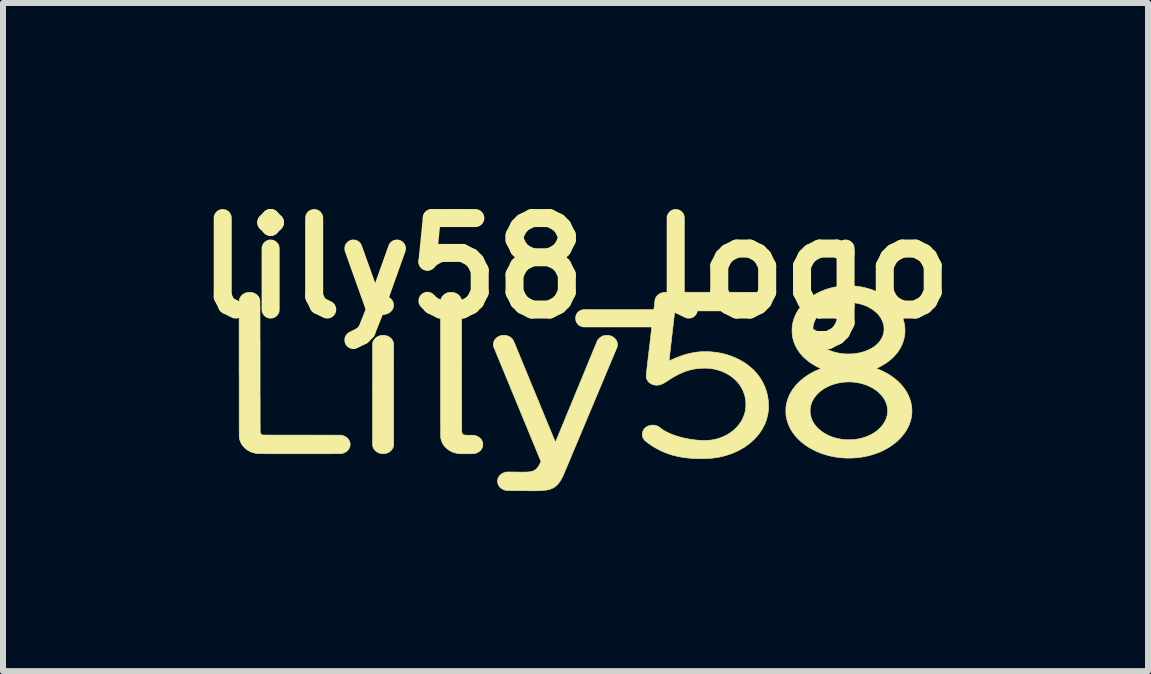
<source format=kicad_pcb>
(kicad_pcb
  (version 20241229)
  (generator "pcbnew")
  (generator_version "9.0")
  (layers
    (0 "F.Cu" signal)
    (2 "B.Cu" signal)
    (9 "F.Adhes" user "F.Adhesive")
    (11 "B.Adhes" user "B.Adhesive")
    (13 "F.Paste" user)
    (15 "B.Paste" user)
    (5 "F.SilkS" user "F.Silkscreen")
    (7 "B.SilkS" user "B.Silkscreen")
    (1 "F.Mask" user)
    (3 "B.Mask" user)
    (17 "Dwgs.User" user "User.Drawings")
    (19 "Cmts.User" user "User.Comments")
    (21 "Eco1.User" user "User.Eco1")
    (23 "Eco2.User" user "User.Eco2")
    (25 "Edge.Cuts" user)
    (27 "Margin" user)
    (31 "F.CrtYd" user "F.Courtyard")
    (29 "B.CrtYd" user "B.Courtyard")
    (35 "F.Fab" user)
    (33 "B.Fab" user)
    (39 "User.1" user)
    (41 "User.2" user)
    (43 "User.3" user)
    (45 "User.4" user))
  (footprint "lily58_logo"
    (layer "F.Cu")
    (at 6.539 3.418)
    (property "Reference" "lily58_logo" (at 0 -2 0) (layer "F.SilkS") (effects (font (size 1.524 1.524) (thickness 0.3))))
    (attr through_hole)
    (fp_poly (pts (xy -3.181 -1.537) (xy -3.157 -1.532) (xy -3.157 -1.532) (xy -3.135 -1.525) (xy -3.114 -1.515) (xy -3.095 -1.503) (xy -3.078 -1.489) (xy -3.063 -1.473) (xy -3.052 -1.457) (xy -3.042 -1.438) (xy -3.035 -1.418) (xy -3.032 -1.397) (xy -3.031 -1.377) (xy -3.034 -1.356) (xy -3.039 -1.336) (xy -3.048 -1.317) (xy -3.059 -1.299) (xy -3.066 -1.29) (xy -3.082 -1.274) (xy -3.1 -1.261) (xy -3.119 -1.249) (xy -3.141 -1.24) (xy -3.163 -1.234) (xy -3.186 -1.23) (xy -3.209 -1.229) (xy -3.225 -1.23) (xy -3.248 -1.233) (xy -3.271 -1.24) (xy -3.292 -1.249) (xy -3.311 -1.26) (xy -3.329 -1.274) (xy -3.344 -1.289) (xy -3.357 -1.306) (xy -3.368 -1.325) (xy -3.376 -1.345) (xy -3.376 -1.346) (xy -3.378 -1.352) (xy -3.379 -1.358) (xy -3.38 -1.363) (xy -3.38 -1.37) (xy -3.38 -1.378) (xy -3.38 -1.384) (xy -3.38 -1.393) (xy -3.38 -1.4) (xy -3.38 -1.406) (xy -3.379 -1.412) (xy -3.377 -1.417) (xy -3.376 -1.422) (xy -3.368 -1.442) (xy -3.358 -1.46) (xy -3.345 -1.477) (xy -3.332 -1.491) (xy -3.314 -1.505) (xy -3.294 -1.517) (xy -3.273 -1.526) (xy -3.251 -1.533) (xy -3.228 -1.537) (xy -3.205 -1.538) (xy -3.181 -1.537)) (stroke (width 0.01) (type solid)) (fill yes) (layer "F.SilkS"))
    (fp_poly (pts (xy -3.185 -0.881) (xy -3.162 -0.877) (xy -3.14 -0.871) (xy -3.119 -0.862) (xy -3.1 -0.851) (xy -3.082 -0.837) (xy -3.066 -0.821) (xy -3.053 -0.803) (xy -3.043 -0.784) (xy -3.036 -0.765) (xy -3.032 -0.754) (xy -3.031 0.079) (xy -3.031 0.129) (xy -3.031 0.178) (xy -3.03 0.227) (xy -3.03 0.274) (xy -3.03 0.321) (xy -3.03 0.367) (xy -3.03 0.411) (xy -3.03 0.455) (xy -3.03 0.497) (xy -3.03 0.537) (xy -3.03 0.577) (xy -3.03 0.614) (xy -3.03 0.65) (xy -3.03 0.684) (xy -3.03 0.717) (xy -3.03 0.747) (xy -3.03 0.776) (xy -3.03 0.802) (xy -3.03 0.827) (xy -3.03 0.849) (xy -3.03 0.868) (xy -3.03 0.886) (xy -3.03 0.9) (xy -3.03 0.912) (xy -3.03 0.922) (xy -3.03 0.929) (xy -3.03 0.932) (xy -3.03 0.933) (xy -3.031 0.949) (xy -3.033 0.963) (xy -3.036 0.975) (xy -3.04 0.987) (xy -3.041 0.99) (xy -3.051 1.009) (xy -3.063 1.026) (xy -3.078 1.042) (xy -3.095 1.056) (xy -3.114 1.068) (xy -3.134 1.078) (xy -3.155 1.085) (xy -3.178 1.089) (xy -3.201 1.091) (xy -3.225 1.091) (xy -3.248 1.087) (xy -3.27 1.081) (xy -3.291 1.072) (xy -3.311 1.06) (xy -3.328 1.047) (xy -3.344 1.032) (xy -3.357 1.015) (xy -3.368 0.997) (xy -3.375 0.979) (xy -3.375 0.977) (xy -3.376 0.975) (xy -3.376 0.974) (xy -3.377 0.972) (xy -3.377 0.97) (xy -3.378 0.969) (xy -3.378 0.967) (xy -3.379 0.964) (xy -3.379 0.962) (xy -3.379 0.959) (xy -3.38 0.955) (xy -3.38 0.951) (xy -3.38 0.946) (xy -3.381 0.94) (xy -3.381 0.934) (xy -3.381 0.927) (xy -3.381 0.918) (xy -3.381 0.909) (xy -3.382 0.899) (xy -3.382 0.887) (xy -3.382 0.875) (xy -3.382 0.86) (xy -3.382 0.845) (xy -3.382 0.828) (xy -3.382 0.809) (xy -3.382 0.789) (xy -3.382 0.767) (xy -3.382 0.744) (xy -3.382 0.718) (xy -3.382 0.691) (xy -3.382 0.662) (xy -3.382 0.63) (xy -3.382 0.597) (xy -3.382 0.561) (xy -3.382 0.523) (xy -3.382 0.483) (xy -3.382 0.44) (xy -3.382 0.395) (xy -3.382 0.347) (xy -3.382 0.296) (xy -3.382 0.243) (xy -3.382 0.187) (xy -3.382 0.128) (xy -3.382 0.09) (xy -3.381 -0.751) (xy -3.376 -0.766) (xy -3.368 -0.786) (xy -3.358 -0.804) (xy -3.345 -0.821) (xy -3.332 -0.835) (xy -3.314 -0.849) (xy -3.295 -0.861) (xy -3.274 -0.87) (xy -3.253 -0.877) (xy -3.23 -0.881) (xy -3.208 -0.882) (xy -3.185 -0.881)) (stroke (width 0.01) (type solid)) (fill yes) (layer "F.SilkS"))
    (fp_poly (pts (xy -2.066 -1.598) (xy -2.041 -1.596) (xy -2.018 -1.591) (xy -1.996 -1.583) (xy -1.976 -1.573) (xy -1.957 -1.56) (xy -1.948 -1.552) (xy -1.933 -1.537) (xy -1.921 -1.521) (xy -1.911 -1.504) (xy -1.903 -1.484) (xy -1.903 -1.482) (xy -1.899 -1.471) (xy -1.898 -0.377) (xy -1.898 -0.306) (xy -1.898 -0.237) (xy -1.898 -0.171) (xy -1.898 -0.108) (xy -1.898 -0.048) (xy -1.898 0.009) (xy -1.898 0.064) (xy -1.898 0.116) (xy -1.898 0.166) (xy -1.898 0.213) (xy -1.897 0.258) (xy -1.897 0.3) (xy -1.897 0.34) (xy -1.897 0.377) (xy -1.897 0.413) (xy -1.897 0.446) (xy -1.897 0.477) (xy -1.897 0.506) (xy -1.897 0.532) (xy -1.897 0.557) (xy -1.897 0.58) (xy -1.897 0.601) (xy -1.897 0.621) (xy -1.896 0.638) (xy -1.896 0.654) (xy -1.896 0.668) (xy -1.896 0.68) (xy -1.896 0.691) (xy -1.896 0.701) (xy -1.896 0.709) (xy -1.896 0.715) (xy -1.896 0.72) (xy -1.895 0.724) (xy -1.895 0.727) (xy -1.895 0.728) (xy -1.895 0.728) (xy -1.892 0.741) (xy -1.889 0.752) (xy -1.885 0.76) (xy -1.88 0.766) (xy -1.873 0.771) (xy -1.872 0.772) (xy -1.867 0.774) (xy -1.861 0.776) (xy -1.855 0.778) (xy -1.847 0.78) (xy -1.838 0.781) (xy -1.827 0.782) (xy -1.813 0.782) (xy -1.797 0.783) (xy -1.779 0.783) (xy -1.761 0.783) (xy -1.743 0.783) (xy -1.727 0.783) (xy -1.715 0.783) (xy -1.704 0.784) (xy -1.695 0.785) (xy -1.687 0.786) (xy -1.679 0.787) (xy -1.672 0.788) (xy -1.665 0.79) (xy -1.663 0.791) (xy -1.641 0.799) (xy -1.62 0.81) (xy -1.602 0.823) (xy -1.585 0.838) (xy -1.571 0.854) (xy -1.56 0.873) (xy -1.552 0.892) (xy -1.548 0.906) (xy -1.545 0.92) (xy -1.544 0.935) (xy -1.545 0.95) (xy -1.547 0.964) (xy -1.548 0.969) (xy -1.554 0.989) (xy -1.563 1.008) (xy -1.575 1.026) (xy -1.59 1.042) (xy -1.607 1.056) (xy -1.626 1.068) (xy -1.646 1.078) (xy -1.668 1.085) (xy -1.69 1.09) (xy -1.695 1.09) (xy -1.703 1.091) (xy -1.713 1.091) (xy -1.726 1.092) (xy -1.741 1.092) (xy -1.757 1.092) (xy -1.775 1.092) (xy -1.793 1.092) (xy -1.812 1.092) (xy -1.831 1.092) (xy -1.85 1.092) (xy -1.869 1.092) (xy -1.886 1.092) (xy -1.902 1.092) (xy -1.916 1.091) (xy -1.928 1.091) (xy -1.938 1.09) (xy -1.945 1.09) (xy -1.947 1.09) (xy -1.981 1.084) (xy -2.013 1.076) (xy -2.044 1.066) (xy -2.073 1.053) (xy -2.101 1.037) (xy -2.126 1.02) (xy -2.15 1) (xy -2.172 0.979) (xy -2.191 0.956) (xy -2.208 0.931) (xy -2.222 0.905) (xy -2.233 0.877) (xy -2.241 0.848) (xy -2.246 0.827) (xy -2.246 0.826) (xy -2.246 0.823) (xy -2.246 0.82) (xy -2.246 0.816) (xy -2.246 0.812) (xy -2.246 0.806) (xy -2.247 0.799) (xy -2.247 0.791) (xy -2.247 0.781) (xy -2.247 0.771) (xy -2.247 0.759) (xy -2.247 0.745) (xy -2.247 0.731) (xy -2.247 0.714) (xy -2.247 0.696) (xy -2.247 0.677) (xy -2.247 0.656) (xy -2.247 0.633) (xy -2.247 0.609) (xy -2.248 0.582) (xy -2.248 0.554) (xy -2.248 0.523) (xy -2.248 0.491) (xy -2.248 0.457) (xy -2.248 0.42) (xy -2.248 0.381) (xy -2.248 0.34) (xy -2.248 0.297) (xy -2.248 0.251) (xy -2.248 0.203) (xy -2.248 0.153) (xy -2.248 0.1) (xy -2.248 0.044) (xy -2.248 -0.014) (xy -2.248 -0.076) (xy -2.248 -0.139) (xy -2.248 -0.206) (xy -2.248 -0.276) (xy -2.248 -1.465) (xy -2.244 -1.478) (xy -2.236 -1.5) (xy -2.226 -1.52) (xy -2.213 -1.537) (xy -2.197 -1.553) (xy -2.179 -1.567) (xy -2.16 -1.579) (xy -2.138 -1.588) (xy -2.117 -1.594) (xy -2.094 -1.598) (xy -2.07 -1.598) (xy -2.066 -1.598)) (stroke (width 0.01) (type solid)) (fill yes) (layer "F.SilkS"))
    (fp_poly (pts (xy -5.407 -1.597) (xy -5.385 -1.593) (xy -5.363 -1.586) (xy -5.342 -1.577) (xy -5.323 -1.565) (xy -5.322 -1.564) (xy -5.304 -1.55) (xy -5.289 -1.534) (xy -5.277 -1.516) (xy -5.267 -1.496) (xy -5.26 -1.476) (xy -5.26 -1.475) (xy -5.259 -1.474) (xy -5.259 -1.473) (xy -5.259 -1.471) (xy -5.259 -1.469) (xy -5.259 -1.466) (xy -5.259 -1.462) (xy -5.259 -1.458) (xy -5.258 -1.453) (xy -5.258 -1.447) (xy -5.258 -1.44) (xy -5.258 -1.432) (xy -5.258 -1.423) (xy -5.258 -1.413) (xy -5.258 -1.402) (xy -5.258 -1.39) (xy -5.258 -1.377) (xy -5.258 -1.362) (xy -5.257 -1.346) (xy -5.257 -1.328) (xy -5.257 -1.309) (xy -5.257 -1.288) (xy -5.257 -1.266) (xy -5.257 -1.241) (xy -5.257 -1.215) (xy -5.257 -1.188) (xy -5.257 -1.158) (xy -5.257 -1.126) (xy -5.257 -1.093) (xy -5.257 -1.057) (xy -5.257 -1.019) (xy -5.257 -0.979) (xy -5.257 -0.936) (xy -5.257 -0.891) (xy -5.257 -0.844) (xy -5.256 -0.794) (xy -5.256 -0.742) (xy -5.256 -0.687) (xy -5.256 -0.63) (xy -5.256 -0.569) (xy -5.256 -0.506) (xy -5.256 -0.44) (xy -5.256 -0.372) (xy -5.256 -0.37) (xy -5.256 -0.298) (xy -5.256 -0.229) (xy -5.256 -0.162) (xy -5.256 -0.099) (xy -5.256 -0.038) (xy -5.256 0.02) (xy -5.256 0.075) (xy -5.256 0.127) (xy -5.255 0.177) (xy -5.255 0.225) (xy -5.255 0.27) (xy -5.255 0.312) (xy -5.255 0.353) (xy -5.255 0.39) (xy -5.255 0.426) (xy -5.255 0.459) (xy -5.255 0.49) (xy -5.255 0.519) (xy -5.255 0.546) (xy -5.255 0.571) (xy -5.255 0.594) (xy -5.254 0.615) (xy -5.254 0.634) (xy -5.254 0.652) (xy -5.254 0.667) (xy -5.254 0.681) (xy -5.254 0.693) (xy -5.254 0.703) (xy -5.254 0.712) (xy -5.254 0.72) (xy -5.253 0.726) (xy -5.253 0.73) (xy -5.253 0.733) (xy -5.253 0.735) (xy -5.253 0.735) (xy -5.249 0.748) (xy -5.244 0.758) (xy -5.239 0.765) (xy -5.238 0.766) (xy -5.233 0.77) (xy -5.227 0.773) (xy -5.22 0.776) (xy -5.213 0.778) (xy -5.212 0.778) (xy -5.21 0.778) (xy -5.209 0.779) (xy -5.207 0.779) (xy -5.204 0.779) (xy -5.201 0.779) (xy -5.197 0.779) (xy -5.192 0.78) (xy -5.186 0.78) (xy -5.179 0.78) (xy -5.17 0.78) (xy -5.161 0.78) (xy -5.15 0.78) (xy -5.137 0.78) (xy -5.124 0.78) (xy -5.108 0.78) (xy -5.09 0.78) (xy -5.071 0.781) (xy -5.05 0.781) (xy -5.026 0.781) (xy -5.001 0.781) (xy -4.973 0.781) (xy -4.943 0.781) (xy -4.91 0.781) (xy -4.875 0.781) (xy -4.836 0.781) (xy -4.796 0.781) (xy -4.752 0.781) (xy -4.705 0.781) (xy -4.655 0.781) (xy -4.602 0.781) (xy -4.554 0.781) (xy -3.906 0.782) (xy -3.889 0.786) (xy -3.868 0.792) (xy -3.849 0.8) (xy -3.832 0.809) (xy -3.816 0.82) (xy -3.807 0.827) (xy -3.791 0.843) (xy -3.778 0.86) (xy -3.768 0.879) (xy -3.76 0.899) (xy -3.756 0.919) (xy -3.755 0.94) (xy -3.758 0.962) (xy -3.761 0.976) (xy -3.763 0.983) (xy -3.767 0.991) (xy -3.77 0.999) (xy -3.774 1.005) (xy -3.786 1.024) (xy -3.8 1.04) (xy -3.817 1.055) (xy -3.836 1.067) (xy -3.857 1.077) (xy -3.879 1.085) (xy -3.903 1.089) (xy -3.916 1.091) (xy -3.919 1.091) (xy -3.925 1.091) (xy -3.934 1.091) (xy -3.946 1.091) (xy -3.961 1.091) (xy -3.979 1.091) (xy -4 1.091) (xy -4.023 1.091) (xy -4.049 1.092) (xy -4.077 1.092) (xy -4.108 1.092) (xy -4.14 1.092) (xy -4.175 1.092) (xy -4.211 1.092) (xy -4.249 1.092) (xy -4.289 1.092) (xy -4.331 1.092) (xy -4.374 1.092) (xy -4.418 1.092) (xy -4.463 1.092) (xy -4.51 1.092) (xy -4.557 1.092) (xy -4.603 1.092) (xy -4.662 1.092) (xy -4.717 1.092) (xy -4.768 1.092) (xy -4.817 1.092) (xy -4.863 1.092) (xy -4.905 1.092) (xy -4.945 1.092) (xy -4.982 1.092) (xy -5.017 1.092) (xy -5.049 1.092) (xy -5.078 1.092) (xy -5.105 1.092) (xy -5.13 1.092) (xy -5.153 1.092) (xy -5.174 1.091) (xy -5.192 1.091) (xy -5.209 1.091) (xy -5.224 1.091) (xy -5.237 1.091) (xy -5.249 1.091) (xy -5.259 1.091) (xy -5.268 1.091) (xy -5.275 1.091) (xy -5.281 1.09) (xy -5.286 1.09) (xy -5.29 1.09) (xy -5.293 1.09) (xy -5.295 1.09) (xy -5.33 1.085) (xy -5.363 1.077) (xy -5.395 1.067) (xy -5.425 1.054) (xy -5.454 1.038) (xy -5.481 1.02) (xy -5.505 1) (xy -5.528 0.977) (xy -5.548 0.953) (xy -5.564 0.929) (xy -5.578 0.903) (xy -5.589 0.876) (xy -5.597 0.847) (xy -5.601 0.829) (xy -5.601 0.828) (xy -5.601 0.827) (xy -5.602 0.825) (xy -5.602 0.823) (xy -5.602 0.821) (xy -5.602 0.818) (xy -5.602 0.814) (xy -5.602 0.81) (xy -5.602 0.806) (xy -5.603 0.8) (xy -5.603 0.794) (xy -5.603 0.787) (xy -5.603 0.779) (xy -5.603 0.77) (xy -5.603 0.759) (xy -5.603 0.748) (xy -5.603 0.736) (xy -5.603 0.722) (xy -5.603 0.707) (xy -5.604 0.691) (xy -5.604 0.673) (xy -5.604 0.653) (xy -5.604 0.633) (xy -5.604 0.61) (xy -5.604 0.586) (xy -5.604 0.56) (xy -5.604 0.532) (xy -5.604 0.502) (xy -5.604 0.471) (xy -5.604 0.437) (xy -5.604 0.401) (xy -5.604 0.364) (xy -5.604 0.324) (xy -5.604 0.281) (xy -5.604 0.237) (xy -5.604 0.19) (xy -5.604 0.14) (xy -5.604 0.088) (xy -5.604 0.034) (xy -5.604 -0.024) (xy -5.604 -0.084) (xy -5.604 -0.146) (xy -5.604 -0.212) (xy -5.605 -0.28) (xy -5.605 -0.31) (xy -5.605 -0.391) (xy -5.605 -0.468) (xy -5.605 -0.543) (xy -5.605 -0.615) (xy -5.605 -0.684) (xy -5.605 -0.749) (xy -5.605 -0.812) (xy -5.605 -0.873) (xy -5.605 -0.93) (xy -5.605 -0.984) (xy -5.605 -1.035) (xy -5.605 -1.083) (xy -5.605 -1.129) (xy -5.604 -1.171) (xy -5.604 -1.211) (xy -5.604 -1.247) (xy -5.604 -1.281) (xy -5.604 -1.311) (xy -5.604 -1.339) (xy -5.604 -1.363) (xy -5.604 -1.385) (xy -5.604 -1.404) (xy -5.604 -1.419) (xy -5.604 -1.432) (xy -5.604 -1.442) (xy -5.604 -1.449) (xy -5.603 -1.452) (xy -5.603 -1.453) (xy -5.601 -1.469) (xy -5.598 -1.483) (xy -5.594 -1.496) (xy -5.588 -1.508) (xy -5.587 -1.51) (xy -5.575 -1.529) (xy -5.561 -1.546) (xy -5.544 -1.561) (xy -5.526 -1.573) (xy -5.505 -1.583) (xy -5.483 -1.591) (xy -5.459 -1.596) (xy -5.452 -1.597) (xy -5.43 -1.598) (xy -5.407 -1.597)) (stroke (width 0.01) (type solid)) (fill yes) (layer "F.SilkS"))
    (fp_poly (pts (xy -1.18 -0.882) (xy -1.168 -0.881) (xy -1.157 -0.879) (xy -1.145 -0.876) (xy -1.133 -0.873) (xy -1.111 -0.864) (xy -1.091 -0.853) (xy -1.072 -0.839) (xy -1.067 -0.834) (xy -1.055 -0.823) (xy -1.046 -0.811) (xy -1.037 -0.797) (xy -1.03 -0.782) (xy -1.025 -0.77) (xy -1.023 -0.767) (xy -1.021 -0.761) (xy -1.017 -0.753) (xy -1.013 -0.742) (xy -1.008 -0.729) (xy -1.001 -0.713) (xy -0.994 -0.696) (xy -0.986 -0.676) (xy -0.977 -0.654) (xy -0.967 -0.63) (xy -0.957 -0.605) (xy -0.945 -0.578) (xy -0.933 -0.549) (xy -0.921 -0.518) (xy -0.908 -0.487) (xy -0.894 -0.454) (xy -0.88 -0.419) (xy -0.865 -0.384) (xy -0.85 -0.347) (xy -0.835 -0.31) (xy -0.819 -0.271) (xy -0.803 -0.232) (xy -0.786 -0.192) (xy -0.77 -0.152) (xy -0.753 -0.111) (xy -0.736 -0.07) (xy -0.719 -0.028) (xy -0.701 0.014) (xy -0.684 0.056) (xy -0.667 0.098) (xy -0.65 0.139) (xy -0.632 0.181) (xy -0.615 0.223) (xy -0.598 0.264) (xy -0.582 0.304) (xy -0.565 0.344) (xy -0.549 0.384) (xy -0.533 0.423) (xy -0.517 0.46) (xy -0.502 0.497) (xy -0.487 0.533) (xy -0.473 0.568) (xy -0.459 0.602) (xy -0.445 0.634) (xy -0.433 0.665) (xy -0.42 0.695) (xy -0.409 0.723) (xy -0.398 0.749) (xy -0.388 0.773) (xy -0.379 0.796) (xy -0.37 0.816) (xy -0.362 0.835) (xy -0.356 0.851) (xy -0.35 0.866) (xy -0.345 0.877) (xy -0.341 0.887) (xy -0.338 0.894) (xy -0.336 0.898) (xy -0.335 0.9) (xy -0.335 0.9) (xy -0.335 0.899) (xy -0.334 0.898) (xy -0.333 0.895) (xy -0.332 0.891) (xy -0.329 0.886) (xy -0.327 0.88) (xy -0.323 0.872) (xy -0.32 0.863) (xy -0.315 0.852) (xy -0.31 0.84) (xy -0.305 0.827) (xy -0.298 0.812) (xy -0.291 0.795) (xy -0.284 0.777) (xy -0.276 0.757) (xy -0.267 0.736) (xy -0.257 0.713) (xy -0.247 0.687) (xy -0.236 0.661) (xy -0.224 0.632) (xy -0.211 0.601) (xy -0.197 0.568) (xy -0.183 0.533) (xy -0.168 0.496) (xy -0.152 0.458) (xy -0.135 0.416) (xy -0.117 0.373) (xy -0.098 0.327) (xy -0.078 0.28) (xy -0.058 0.229) (xy -0.036 0.177) (xy -0.013 0.122) (xy 0.01 0.064) (xy 0.035 0.005) (xy 0.061 -0.058) (xy 0.088 -0.123) (xy 0.116 -0.191) (xy 0.145 -0.261) (xy 0.175 -0.334) (xy 0.201 -0.397) (xy 0.214 -0.43) (xy 0.227 -0.462) (xy 0.24 -0.493) (xy 0.253 -0.523) (xy 0.265 -0.553) (xy 0.276 -0.581) (xy 0.287 -0.607) (xy 0.298 -0.633) (xy 0.308 -0.657) (xy 0.317 -0.679) (xy 0.326 -0.7) (xy 0.334 -0.719) (xy 0.34 -0.735) (xy 0.347 -0.75) (xy 0.352 -0.763) (xy 0.356 -0.773) (xy 0.359 -0.781) (xy 0.361 -0.786) (xy 0.363 -0.788) (xy 0.363 -0.788) (xy 0.372 -0.805) (xy 0.384 -0.82) (xy 0.399 -0.835) (xy 0.416 -0.848) (xy 0.433 -0.86) (xy 0.452 -0.869) (xy 0.455 -0.87) (xy 0.469 -0.874) (xy 0.483 -0.878) (xy 0.497 -0.88) (xy 0.513 -0.881) (xy 0.517 -0.881) (xy 0.528 -0.881) (xy 0.537 -0.881) (xy 0.544 -0.881) (xy 0.551 -0.88) (xy 0.557 -0.879) (xy 0.581 -0.873) (xy 0.603 -0.865) (xy 0.624 -0.854) (xy 0.642 -0.841) (xy 0.658 -0.826) (xy 0.672 -0.809) (xy 0.683 -0.79) (xy 0.692 -0.769) (xy 0.695 -0.761) (xy 0.696 -0.754) (xy 0.697 -0.747) (xy 0.698 -0.739) (xy 0.698 -0.729) (xy 0.698 -0.728) (xy 0.698 -0.713) (xy 0.696 -0.701) (xy 0.693 -0.689) (xy 0.689 -0.676) (xy 0.686 -0.67) (xy 0.686 -0.668) (xy 0.684 -0.663) (xy 0.68 -0.656) (xy 0.676 -0.646) (xy 0.671 -0.633) (xy 0.665 -0.618) (xy 0.657 -0.601) (xy 0.649 -0.581) (xy 0.64 -0.559) (xy 0.63 -0.535) (xy 0.619 -0.508) (xy 0.607 -0.48) (xy 0.594 -0.45) (xy 0.581 -0.418) (xy 0.566 -0.384) (xy 0.551 -0.348) (xy 0.536 -0.311) (xy 0.519 -0.272) (xy 0.502 -0.231) (xy 0.485 -0.19) (xy 0.467 -0.146) (xy 0.448 -0.102) (xy 0.429 -0.056) (xy 0.409 -0.009) (xy 0.389 0.04) (xy 0.368 0.089) (xy 0.347 0.139) (xy 0.325 0.19) (xy 0.304 0.242) (xy 0.282 0.295) (xy 0.259 0.348) (xy 0.25 0.369) (xy 0.223 0.435) (xy 0.196 0.498) (xy 0.171 0.558) (xy 0.147 0.615) (xy 0.124 0.67) (xy 0.102 0.723) (xy 0.081 0.773) (xy 0.061 0.821) (xy 0.042 0.866) (xy 0.024 0.909) (xy 0.007 0.95) (xy -0.01 0.989) (xy -0.025 1.026) (xy -0.04 1.06) (xy -0.053 1.093) (xy -0.066 1.124) (xy -0.078 1.153) (xy -0.09 1.18) (xy -0.1 1.205) (xy -0.11 1.229) (xy -0.12 1.251) (xy -0.128 1.272) (xy -0.136 1.291) (xy -0.144 1.309) (xy -0.151 1.325) (xy -0.157 1.34) (xy -0.163 1.354) (xy -0.168 1.367) (xy -0.173 1.378) (xy -0.178 1.389) (xy -0.182 1.398) (xy -0.185 1.406) (xy -0.188 1.414) (xy -0.191 1.421) (xy -0.194 1.427) (xy -0.196 1.432) (xy -0.198 1.437) (xy -0.2 1.441) (xy -0.201 1.444) (xy -0.203 1.447) (xy -0.204 1.45) (xy -0.205 1.452) (xy -0.206 1.454) (xy -0.207 1.456) (xy -0.207 1.458) (xy -0.208 1.459) (xy -0.209 1.461) (xy -0.21 1.462) (xy -0.21 1.464) (xy -0.211 1.465) (xy -0.212 1.467) (xy -0.212 1.467) (xy -0.227 1.496) (xy -0.241 1.523) (xy -0.255 1.547) (xy -0.27 1.568) (xy -0.285 1.588) (xy -0.3 1.605) (xy -0.317 1.621) (xy -0.321 1.625) (xy -0.337 1.638) (xy -0.354 1.65) (xy -0.372 1.661) (xy -0.392 1.67) (xy -0.413 1.679) (xy -0.435 1.686) (xy -0.459 1.692) (xy -0.486 1.697) (xy -0.515 1.701) (xy -0.547 1.704) (xy -0.581 1.706) (xy -0.61 1.708) (xy -0.618 1.708) (xy -0.628 1.708) (xy -0.64 1.708) (xy -0.653 1.709) (xy -0.668 1.709) (xy -0.683 1.709) (xy -0.699 1.709) (xy -0.714 1.709) (xy -0.73 1.709) (xy -0.744 1.709) (xy -0.757 1.709) (xy -0.769 1.709) (xy -0.779 1.709) (xy -0.787 1.709) (xy -0.792 1.709) (xy -0.794 1.709) (xy -0.794 1.709) (xy -0.796 1.709) (xy -0.801 1.708) (xy -0.809 1.708) (xy -0.819 1.708) (xy -0.832 1.708) (xy -0.848 1.708) (xy -0.865 1.708) (xy -0.884 1.707) (xy -0.904 1.707) (xy -0.926 1.707) (xy -0.949 1.707) (xy -0.962 1.706) (xy -0.986 1.706) (xy -1.009 1.706) (xy -1.031 1.706) (xy -1.052 1.705) (xy -1.072 1.705) (xy -1.089 1.705) (xy -1.105 1.704) (xy -1.119 1.704) (xy -1.13 1.704) (xy -1.138 1.704) (xy -1.144 1.703) (xy -1.145 1.703) (xy -1.167 1.7) (xy -1.189 1.694) (xy -1.209 1.685) (xy -1.229 1.674) (xy -1.246 1.661) (xy -1.261 1.646) (xy -1.275 1.629) (xy -1.285 1.611) (xy -1.29 1.599) (xy -1.296 1.579) (xy -1.299 1.559) (xy -1.298 1.538) (xy -1.295 1.518) (xy -1.289 1.498) (xy -1.287 1.493) (xy -1.28 1.478) (xy -1.27 1.465) (xy -1.258 1.451) (xy -1.246 1.44) (xy -1.233 1.429) (xy -1.219 1.42) (xy -1.205 1.413) (xy -1.19 1.407) (xy -1.185 1.405) (xy -1.179 1.403) (xy -1.174 1.402) (xy -1.169 1.401) (xy -1.165 1.399) (xy -1.16 1.398) (xy -1.155 1.398) (xy -1.149 1.397) (xy -1.142 1.397) (xy -1.133 1.396) (xy -1.124 1.396) (xy -1.113 1.396) (xy -1.099 1.396) (xy -1.084 1.396) (xy -1.066 1.396) (xy -1.046 1.396) (xy -1.023 1.397) (xy -0.997 1.397) (xy -0.964 1.397) (xy -0.935 1.398) (xy -0.908 1.398) (xy -0.885 1.398) (xy -0.864 1.398) (xy -0.845 1.398) (xy -0.828 1.397) (xy -0.813 1.397) (xy -0.8 1.396) (xy -0.787 1.395) (xy -0.777 1.394) (xy -0.766 1.393) (xy -0.757 1.392) (xy -0.748 1.39) (xy -0.74 1.389) (xy -0.734 1.387) (xy -0.715 1.382) (xy -0.697 1.375) (xy -0.681 1.367) (xy -0.666 1.357) (xy -0.652 1.345) (xy -0.639 1.331) (xy -0.626 1.315) (xy -0.614 1.297) (xy -0.602 1.275) (xy -0.59 1.252) (xy -0.585 1.242) (xy -0.576 1.22) (xy -0.962 0.284) (xy -0.983 0.233) (xy -1.004 0.182) (xy -1.024 0.132) (xy -1.045 0.083) (xy -1.065 0.035) (xy -1.084 -0.012) (xy -1.103 -0.059) (xy -1.122 -0.104) (xy -1.14 -0.148) (xy -1.158 -0.19) (xy -1.175 -0.232) (xy -1.191 -0.272) (xy -1.207 -0.31) (xy -1.222 -0.347) (xy -1.237 -0.382) (xy -1.251 -0.416) (xy -1.264 -0.448) (xy -1.276 -0.478) (xy -1.288 -0.506) (xy -1.299 -0.532) (xy -1.309 -0.556) (xy -1.318 -0.578) (xy -1.326 -0.597) (xy -1.333 -0.615) (xy -1.339 -0.63) (xy -1.344 -0.642) (xy -1.349 -0.652) (xy -1.352 -0.66) (xy -1.354 -0.664) (xy -1.355 -0.666) (xy -1.358 -0.674) (xy -1.361 -0.681) (xy -1.363 -0.687) (xy -1.364 -0.69) (xy -1.368 -0.71) (xy -1.369 -0.731) (xy -1.367 -0.751) (xy -1.362 -0.771) (xy -1.354 -0.79) (xy -1.343 -0.809) (xy -1.33 -0.825) (xy -1.313 -0.841) (xy -1.313 -0.841) (xy -1.296 -0.853) (xy -1.278 -0.863) (xy -1.258 -0.871) (xy -1.236 -0.878) (xy -1.235 -0.878) (xy -1.227 -0.88) (xy -1.22 -0.881) (xy -1.213 -0.882) (xy -1.204 -0.882) (xy -1.195 -0.882) (xy -1.18 -0.882)) (stroke (width 0.01) (type solid)) (fill yes) (layer "F.SilkS"))
    (fp_poly (pts (xy 2.309 -1.599) (xy 2.354 -1.599) (xy 2.398 -1.599) (xy 2.441 -1.599) (xy 2.484 -1.599) (xy 2.527 -1.599) (xy 2.568 -1.599) (xy 2.609 -1.599) (xy 2.648 -1.599) (xy 2.686 -1.599) (xy 2.723 -1.598) (xy 2.758 -1.598) (xy 2.792 -1.598) (xy 2.824 -1.598) (xy 2.854 -1.598) (xy 2.882 -1.598) (xy 2.908 -1.598) (xy 2.932 -1.598) (xy 2.953 -1.598) (xy 2.971 -1.598) (xy 2.987 -1.598) (xy 3.001 -1.598) (xy 3.011 -1.597) (xy 3.018 -1.597) (xy 3.022 -1.597) (xy 3.022 -1.597) (xy 3.046 -1.593) (xy 3.069 -1.586) (xy 3.09 -1.577) (xy 3.109 -1.565) (xy 3.127 -1.552) (xy 3.142 -1.536) (xy 3.155 -1.518) (xy 3.165 -1.499) (xy 3.171 -1.483) (xy 3.175 -1.468) (xy 3.176 -1.451) (xy 3.176 -1.434) (xy 3.174 -1.417) (xy 3.173 -1.414) (xy 3.167 -1.393) (xy 3.158 -1.374) (xy 3.146 -1.357) (xy 3.132 -1.341) (xy 3.128 -1.337) (xy 3.11 -1.322) (xy 3.09 -1.31) (xy 3.069 -1.301) (xy 3.046 -1.294) (xy 3.022 -1.29) (xy 3.016 -1.289) (xy 3.013 -1.289) (xy 3.006 -1.289) (xy 2.996 -1.289) (xy 2.982 -1.289) (xy 2.965 -1.289) (xy 2.945 -1.289) (xy 2.922 -1.289) (xy 2.895 -1.288) (xy 2.865 -1.288) (xy 2.832 -1.288) (xy 2.795 -1.288) (xy 2.756 -1.288) (xy 2.713 -1.288) (xy 2.667 -1.288) (xy 2.618 -1.288) (xy 2.565 -1.288) (xy 2.51 -1.288) (xy 2.451 -1.288) (xy 2.39 -1.288) (xy 2.326 -1.288) (xy 1.654 -1.288) (xy 1.654 -1.285) (xy 1.653 -1.283) (xy 1.653 -1.278) (xy 1.652 -1.27) (xy 1.651 -1.26) (xy 1.649 -1.248) (xy 1.647 -1.233) (xy 1.645 -1.217) (xy 1.643 -1.198) (xy 1.641 -1.178) (xy 1.638 -1.156) (xy 1.636 -1.132) (xy 1.633 -1.108) (xy 1.63 -1.082) (xy 1.627 -1.054) (xy 1.623 -1.026) (xy 1.62 -0.998) (xy 1.617 -0.968) (xy 1.613 -0.938) (xy 1.61 -0.908) (xy 1.606 -0.878) (xy 1.603 -0.847) (xy 1.599 -0.817) (xy 1.596 -0.787) (xy 1.592 -0.757) (xy 1.589 -0.728) (xy 1.586 -0.7) (xy 1.583 -0.672) (xy 1.58 -0.646) (xy 1.577 -0.62) (xy 1.574 -0.596) (xy 1.571 -0.573) (xy 1.569 -0.552) (xy 1.567 -0.532) (xy 1.565 -0.515) (xy 1.563 -0.499) (xy 1.561 -0.485) (xy 1.56 -0.474) (xy 1.559 -0.465) (xy 1.559 -0.459) (xy 1.558 -0.456) (xy 1.558 -0.455) (xy 1.56 -0.455) (xy 1.564 -0.457) (xy 1.57 -0.459) (xy 1.577 -0.463) (xy 1.578 -0.463) (xy 1.634 -0.489) (xy 1.689 -0.512) (xy 1.742 -0.532) (xy 1.794 -0.55) (xy 1.827 -0.56) (xy 1.877 -0.574) (xy 1.927 -0.585) (xy 1.977 -0.595) (xy 2.028 -0.602) (xy 2.068 -0.606) (xy 2.08 -0.607) (xy 2.095 -0.608) (xy 2.112 -0.608) (xy 2.13 -0.609) (xy 2.15 -0.609) (xy 2.171 -0.609) (xy 2.191 -0.609) (xy 2.21 -0.608) (xy 2.228 -0.608) (xy 2.245 -0.607) (xy 2.259 -0.606) (xy 2.263 -0.606) (xy 2.326 -0.599) (xy 2.388 -0.59) (xy 2.448 -0.578) (xy 2.506 -0.563) (xy 2.563 -0.545) (xy 2.618 -0.525) (xy 2.672 -0.502) (xy 2.725 -0.477) (xy 2.77 -0.452) (xy 2.818 -0.423) (xy 2.864 -0.391) (xy 2.906 -0.357) (xy 2.947 -0.322) (xy 2.984 -0.285) (xy 3.019 -0.246) (xy 3.052 -0.205) (xy 3.081 -0.163) (xy 3.108 -0.119) (xy 3.132 -0.073) (xy 3.153 -0.026) (xy 3.171 0.022) (xy 3.186 0.072) (xy 3.198 0.123) (xy 3.2 0.131) (xy 3.202 0.143) (xy 3.204 0.156) (xy 3.207 0.171) (xy 3.209 0.186) (xy 3.211 0.201) (xy 3.212 0.214) (xy 3.212 0.216) (xy 3.213 0.226) (xy 3.214 0.239) (xy 3.214 0.253) (xy 3.215 0.269) (xy 3.215 0.285) (xy 3.215 0.301) (xy 3.215 0.316) (xy 3.215 0.331) (xy 3.215 0.343) (xy 3.214 0.353) (xy 3.209 0.403) (xy 3.2 0.452) (xy 3.188 0.5) (xy 3.173 0.548) (xy 3.155 0.594) (xy 3.133 0.639) (xy 3.109 0.683) (xy 3.087 0.718) (xy 3.057 0.76) (xy 3.024 0.801) (xy 2.989 0.839) (xy 2.951 0.876) (xy 2.91 0.912) (xy 2.867 0.945) (xy 2.823 0.976) (xy 2.776 1.005) (xy 2.727 1.032) (xy 2.676 1.057) (xy 2.624 1.08) (xy 2.57 1.1) (xy 2.515 1.118) (xy 2.459 1.134) (xy 2.401 1.147) (xy 2.342 1.157) (xy 2.282 1.165) (xy 2.256 1.168) (xy 2.24 1.169) (xy 2.222 1.17) (xy 2.201 1.171) (xy 2.179 1.172) (xy 2.156 1.172) (xy 2.133 1.173) (xy 2.11 1.173) (xy 2.087 1.174) (xy 2.066 1.174) (xy 2.047 1.173) (xy 2.043 1.173) (xy 1.974 1.171) (xy 1.907 1.166) (xy 1.843 1.16) (xy 1.78 1.151) (xy 1.72 1.14) (xy 1.661 1.127) (xy 1.604 1.112) (xy 1.549 1.094) (xy 1.495 1.074) (xy 1.443 1.052) (xy 1.392 1.027) (xy 1.342 1) (xy 1.295 0.973) (xy 1.278 0.962) (xy 1.261 0.95) (xy 1.244 0.939) (xy 1.227 0.927) (xy 1.211 0.916) (xy 1.196 0.904) (xy 1.183 0.894) (xy 1.171 0.885) (xy 1.161 0.876) (xy 1.154 0.869) (xy 1.151 0.867) (xy 1.142 0.856) (xy 1.134 0.843) (xy 1.126 0.83) (xy 1.121 0.818) (xy 1.118 0.809) (xy 1.113 0.788) (xy 1.112 0.767) (xy 1.114 0.747) (xy 1.119 0.727) (xy 1.126 0.708) (xy 1.136 0.69) (xy 1.149 0.674) (xy 1.164 0.659) (xy 1.182 0.646) (xy 1.201 0.635) (xy 1.222 0.626) (xy 1.226 0.624) (xy 1.24 0.62) (xy 1.253 0.618) (xy 1.265 0.616) (xy 1.28 0.615) (xy 1.286 0.615) (xy 1.3 0.615) (xy 1.313 0.616) (xy 1.324 0.618) (xy 1.335 0.621) (xy 1.342 0.623) (xy 1.358 0.628) (xy 1.372 0.634) (xy 1.385 0.641) (xy 1.398 0.65) (xy 1.412 0.661) (xy 1.414 0.663) (xy 1.436 0.68) (xy 1.461 0.697) (xy 1.489 0.714) (xy 1.52 0.73) (xy 1.553 0.746) (xy 1.588 0.761) (xy 1.625 0.776) (xy 1.665 0.79) (xy 1.705 0.803) (xy 1.747 0.815) (xy 1.79 0.826) (xy 1.834 0.836) (xy 1.879 0.845) (xy 1.923 0.853) (xy 1.937 0.855) (xy 1.989 0.861) (xy 2.038 0.866) (xy 2.086 0.869) (xy 2.132 0.871) (xy 2.175 0.87) (xy 2.216 0.868) (xy 2.249 0.865) (xy 2.296 0.858) (xy 2.342 0.848) (xy 2.387 0.835) (xy 2.431 0.82) (xy 2.473 0.802) (xy 2.514 0.782) (xy 2.553 0.759) (xy 2.59 0.734) (xy 2.625 0.707) (xy 2.658 0.678) (xy 2.689 0.647) (xy 2.717 0.614) (xy 2.743 0.579) (xy 2.766 0.542) (xy 2.769 0.537) (xy 2.786 0.504) (xy 2.801 0.47) (xy 2.814 0.434) (xy 2.824 0.399) (xy 2.829 0.374) (xy 2.834 0.344) (xy 2.837 0.311) (xy 2.838 0.278) (xy 2.838 0.244) (xy 2.835 0.211) (xy 2.832 0.184) (xy 2.824 0.142) (xy 2.813 0.101) (xy 2.799 0.061) (xy 2.782 0.023) (xy 2.762 -0.014) (xy 2.739 -0.05) (xy 2.714 -0.084) (xy 2.686 -0.116) (xy 2.656 -0.146) (xy 2.622 -0.175) (xy 2.587 -0.201) (xy 2.549 -0.226) (xy 2.515 -0.245) (xy 2.473 -0.266) (xy 2.429 -0.284) (xy 2.384 -0.299) (xy 2.337 -0.312) (xy 2.29 -0.322) (xy 2.241 -0.329) (xy 2.221 -0.331) (xy 2.208 -0.332) (xy 2.193 -0.333) (xy 2.175 -0.333) (xy 2.157 -0.334) (xy 2.138 -0.334) (xy 2.12 -0.333) (xy 2.103 -0.333) (xy 2.089 -0.332) (xy 2.082 -0.332) (xy 2.035 -0.327) (xy 1.989 -0.321) (xy 1.944 -0.312) (xy 1.9 -0.302) (xy 1.857 -0.289) (xy 1.813 -0.274) (xy 1.77 -0.256) (xy 1.727 -0.236) (xy 1.683 -0.214) (xy 1.639 -0.189) (xy 1.604 -0.168) (xy 1.599 -0.165) (xy 1.591 -0.16) (xy 1.581 -0.154) (xy 1.57 -0.147) (xy 1.559 -0.139) (xy 1.547 -0.132) (xy 1.544 -0.13) (xy 1.525 -0.117) (xy 1.507 -0.106) (xy 1.492 -0.097) (xy 1.479 -0.089) (xy 1.467 -0.082) (xy 1.457 -0.077) (xy 1.448 -0.072) (xy 1.44 -0.069) (xy 1.432 -0.065) (xy 1.432 -0.065) (xy 1.418 -0.061) (xy 1.402 -0.057) (xy 1.387 -0.053) (xy 1.373 -0.051) (xy 1.371 -0.051) (xy 1.348 -0.05) (xy 1.325 -0.052) (xy 1.302 -0.056) (xy 1.28 -0.064) (xy 1.259 -0.073) (xy 1.24 -0.086) (xy 1.232 -0.091) (xy 1.219 -0.103) (xy 1.207 -0.118) (xy 1.196 -0.135) (xy 1.187 -0.152) (xy 1.183 -0.164) (xy 1.181 -0.169) (xy 1.18 -0.174) (xy 1.179 -0.178) (xy 1.178 -0.184) (xy 1.178 -0.191) (xy 1.178 -0.2) (xy 1.178 -0.202) (xy 1.178 -0.205) (xy 1.178 -0.207) (xy 1.178 -0.21) (xy 1.178 -0.214) (xy 1.179 -0.218) (xy 1.179 -0.222) (xy 1.179 -0.227) (xy 1.18 -0.233) (xy 1.181 -0.24) (xy 1.181 -0.248) (xy 1.182 -0.257) (xy 1.183 -0.267) (xy 1.185 -0.278) (xy 1.186 -0.291) (xy 1.187 -0.305) (xy 1.189 -0.321) (xy 1.191 -0.338) (xy 1.193 -0.357) (xy 1.196 -0.377) (xy 1.198 -0.4) (xy 1.201 -0.424) (xy 1.204 -0.451) (xy 1.208 -0.479) (xy 1.211 -0.51) (xy 1.215 -0.543) (xy 1.219 -0.579) (xy 1.224 -0.617) (xy 1.228 -0.657) (xy 1.233 -0.7) (xy 1.239 -0.746) (xy 1.245 -0.795) (xy 1.249 -0.828) (xy 1.253 -0.87) (xy 1.258 -0.912) (xy 1.263 -0.952) (xy 1.268 -0.992) (xy 1.272 -1.031) (xy 1.277 -1.069) (xy 1.281 -1.106) (xy 1.285 -1.141) (xy 1.289 -1.175) (xy 1.293 -1.208) (xy 1.297 -1.239) (xy 1.3 -1.268) (xy 1.303 -1.295) (xy 1.306 -1.321) (xy 1.309 -1.344) (xy 1.312 -1.366) (xy 1.314 -1.385) (xy 1.316 -1.402) (xy 1.317 -1.416) (xy 1.319 -1.428) (xy 1.32 -1.437) (xy 1.321 -1.443) (xy 1.321 -1.447) (xy 1.321 -1.448) (xy 1.324 -1.469) (xy 1.329 -1.489) (xy 1.337 -1.507) (xy 1.347 -1.524) (xy 1.36 -1.54) (xy 1.37 -1.55) (xy 1.388 -1.565) (xy 1.408 -1.577) (xy 1.43 -1.586) (xy 1.453 -1.593) (xy 1.477 -1.597) (xy 1.479 -1.597) (xy 1.485 -1.597) (xy 1.495 -1.598) (xy 1.507 -1.598) (xy 1.522 -1.598) (xy 1.54 -1.598) (xy 1.56 -1.598) (xy 1.583 -1.598) (xy 1.608 -1.598) (xy 1.635 -1.598) (xy 1.665 -1.598) (xy 1.696 -1.598) (xy 1.729 -1.598) (xy 1.764 -1.598) (xy 1.801 -1.598) (xy 1.838 -1.599) (xy 1.878 -1.599) (xy 1.918 -1.599) (xy 1.959 -1.599) (xy 2.001 -1.599) (xy 2.044 -1.599) (xy 2.087 -1.599) (xy 2.131 -1.599) (xy 2.176 -1.599) (xy 2.22 -1.599) (xy 2.265 -1.599) (xy 2.309 -1.599)) (stroke (width 0.01) (type solid)) (fill yes) (layer "F.SilkS"))
    (fp_poly (pts (xy 4.57 -1.707) (xy 4.591 -1.706) (xy 4.611 -1.706) (xy 4.631 -1.704) (xy 4.65 -1.703) (xy 4.67 -1.701) (xy 4.677 -1.7) (xy 4.734 -1.692) (xy 4.79 -1.682) (xy 4.845 -1.669) (xy 4.898 -1.654) (xy 4.95 -1.636) (xy 5.001 -1.615) (xy 5.049 -1.593) (xy 5.096 -1.568) (xy 5.141 -1.54) (xy 5.184 -1.511) (xy 5.225 -1.479) (xy 5.263 -1.446) (xy 5.3 -1.41) (xy 5.331 -1.375) (xy 5.36 -1.338) (xy 5.387 -1.3) (xy 5.41 -1.26) (xy 5.431 -1.22) (xy 5.448 -1.179) (xy 5.463 -1.137) (xy 5.474 -1.094) (xy 5.482 -1.052) (xy 5.487 -1.009) (xy 5.489 -0.965) (xy 5.488 -0.922) (xy 5.483 -0.879) (xy 5.475 -0.836) (xy 5.464 -0.793) (xy 5.45 -0.751) (xy 5.449 -0.749) (xy 5.432 -0.709) (xy 5.412 -0.67) (xy 5.39 -0.633) (xy 5.364 -0.597) (xy 5.336 -0.562) (xy 5.305 -0.528) (xy 5.271 -0.495) (xy 5.253 -0.479) (xy 5.217 -0.45) (xy 5.181 -0.423) (xy 5.143 -0.399) (xy 5.103 -0.375) (xy 5.061 -0.353) (xy 5.034 -0.341) (xy 5.009 -0.329) (xy 5.03 -0.321) (xy 5.047 -0.315) (xy 5.065 -0.307) (xy 5.084 -0.299) (xy 5.103 -0.291) (xy 5.121 -0.282) (xy 5.137 -0.274) (xy 5.181 -0.251) (xy 5.223 -0.227) (xy 5.262 -0.201) (xy 5.3 -0.174) (xy 5.337 -0.144) (xy 5.364 -0.121) (xy 5.397 -0.09) (xy 5.427 -0.058) (xy 5.454 -0.026) (xy 5.479 0.007) (xy 5.503 0.041) (xy 5.524 0.077) (xy 5.545 0.119) (xy 5.563 0.161) (xy 5.578 0.204) (xy 5.59 0.248) (xy 5.598 0.291) (xy 5.603 0.335) (xy 5.605 0.38) (xy 5.603 0.424) (xy 5.598 0.467) (xy 5.59 0.511) (xy 5.578 0.554) (xy 5.564 0.596) (xy 5.546 0.638) (xy 5.525 0.678) (xy 5.502 0.718) (xy 5.475 0.756) (xy 5.446 0.793) (xy 5.415 0.829) (xy 5.38 0.864) (xy 5.344 0.897) (xy 5.304 0.928) (xy 5.263 0.958) (xy 5.219 0.987) (xy 5.173 1.013) (xy 5.126 1.038) (xy 5.076 1.061) (xy 5.024 1.081) (xy 4.97 1.1) (xy 4.934 1.111) (xy 4.875 1.127) (xy 4.814 1.14) (xy 4.751 1.15) (xy 4.688 1.158) (xy 4.629 1.162) (xy 4.621 1.163) (xy 4.611 1.163) (xy 4.599 1.163) (xy 4.585 1.163) (xy 4.571 1.164) (xy 4.556 1.164) (xy 4.541 1.164) (xy 4.527 1.164) (xy 4.515 1.164) (xy 4.504 1.163) (xy 4.495 1.163) (xy 4.49 1.163) (xy 4.486 1.163) (xy 4.479 1.162) (xy 4.471 1.162) (xy 4.461 1.161) (xy 4.457 1.161) (xy 4.399 1.156) (xy 4.341 1.148) (xy 4.283 1.138) (xy 4.225 1.125) (xy 4.169 1.11) (xy 4.113 1.092) (xy 4.059 1.072) (xy 4.007 1.05) (xy 3.965 1.029) (xy 3.917 1.003) (xy 3.871 0.976) (xy 3.827 0.946) (xy 3.786 0.915) (xy 3.747 0.882) (xy 3.711 0.847) (xy 3.677 0.812) (xy 3.646 0.775) (xy 3.618 0.736) (xy 3.593 0.697) (xy 3.571 0.657) (xy 3.552 0.616) (xy 3.536 0.573) (xy 3.523 0.531) (xy 3.515 0.495) (xy 3.512 0.48) (xy 3.51 0.468) (xy 3.508 0.456) (xy 3.507 0.445) (xy 3.506 0.433) (xy 3.505 0.421) (xy 3.505 0.408) (xy 3.504 0.393) (xy 3.504 0.382) (xy 3.908 0.382) (xy 3.909 0.399) (xy 3.91 0.414) (xy 3.911 0.421) (xy 3.917 0.457) (xy 3.926 0.492) (xy 3.939 0.525) (xy 3.955 0.558) (xy 3.974 0.59) (xy 3.996 0.621) (xy 4.018 0.647) (xy 4.027 0.656) (xy 4.037 0.666) (xy 4.049 0.677) (xy 4.061 0.689) (xy 4.074 0.699) (xy 4.086 0.709) (xy 4.096 0.717) (xy 4.098 0.719) (xy 4.136 0.745) (xy 4.176 0.768) (xy 4.217 0.789) (xy 4.26 0.807) (xy 4.305 0.822) (xy 4.351 0.835) (xy 4.399 0.845) (xy 4.449 0.853) (xy 4.495 0.858) (xy 4.504 0.858) (xy 4.516 0.858) (xy 4.53 0.859) (xy 4.545 0.859) (xy 4.562 0.858) (xy 4.578 0.858) (xy 4.594 0.858) (xy 4.609 0.857) (xy 4.622 0.857) (xy 4.633 0.856) (xy 4.638 0.855) (xy 4.689 0.849) (xy 4.737 0.839) (xy 4.784 0.828) (xy 4.829 0.813) (xy 4.873 0.797) (xy 4.915 0.777) (xy 4.955 0.755) (xy 4.994 0.73) (xy 5.004 0.723) (xy 5.013 0.716) (xy 5.024 0.707) (xy 5.036 0.697) (xy 5.049 0.686) (xy 5.061 0.675) (xy 5.072 0.665) (xy 5.082 0.655) (xy 5.087 0.649) (xy 5.113 0.619) (xy 5.134 0.589) (xy 5.153 0.557) (xy 5.169 0.525) (xy 5.181 0.492) (xy 5.191 0.458) (xy 5.197 0.424) (xy 5.2 0.39) (xy 5.199 0.356) (xy 5.195 0.321) (xy 5.188 0.287) (xy 5.178 0.253) (xy 5.176 0.248) (xy 5.162 0.216) (xy 5.146 0.184) (xy 5.125 0.153) (xy 5.103 0.123) (xy 5.077 0.095) (xy 5.048 0.067) (xy 5.017 0.042) (xy 4.984 0.018) (xy 4.948 -0.004) (xy 4.929 -0.015) (xy 4.888 -0.035) (xy 4.845 -0.053) (xy 4.801 -0.068) (xy 4.756 -0.081) (xy 4.71 -0.09) (xy 4.663 -0.098) (xy 4.616 -0.103) (xy 4.569 -0.105) (xy 4.521 -0.104) (xy 4.473 -0.101) (xy 4.426 -0.095) (xy 4.38 -0.087) (xy 4.334 -0.076) (xy 4.289 -0.062) (xy 4.245 -0.046) (xy 4.232 -0.04) (xy 4.195 -0.023) (xy 4.161 -0.005) (xy 4.129 0.014) (xy 4.099 0.035) (xy 4.07 0.058) (xy 4.067 0.061) (xy 4.037 0.089) (xy 4.01 0.118) (xy 3.986 0.148) (xy 3.965 0.179) (xy 3.948 0.211) (xy 3.933 0.244) (xy 3.922 0.278) (xy 3.914 0.312) (xy 3.913 0.316) (xy 3.911 0.33) (xy 3.91 0.347) (xy 3.909 0.364) (xy 3.908 0.382) (xy 3.504 0.382) (xy 3.504 0.378) (xy 3.505 0.361) (xy 3.505 0.347) (xy 3.505 0.335) (xy 3.506 0.324) (xy 3.507 0.313) (xy 3.508 0.303) (xy 3.509 0.292) (xy 3.511 0.28) (xy 3.514 0.267) (xy 3.524 0.224) (xy 3.537 0.181) (xy 3.554 0.138) (xy 3.573 0.097) (xy 3.596 0.056) (xy 3.621 0.017) (xy 3.65 -0.021) (xy 3.681 -0.059) (xy 3.716 -0.094) (xy 3.753 -0.129) (xy 3.792 -0.162) (xy 3.835 -0.194) (xy 3.88 -0.224) (xy 3.882 -0.225) (xy 3.917 -0.246) (xy 3.954 -0.266) (xy 3.992 -0.285) (xy 4.031 -0.303) (xy 4.07 -0.318) (xy 4.074 -0.32) (xy 4.081 -0.323) (xy 4.086 -0.325) (xy 4.09 -0.326) (xy 4.091 -0.327) (xy 4.089 -0.328) (xy 4.086 -0.33) (xy 4.08 -0.333) (xy 4.072 -0.336) (xy 4.069 -0.337) (xy 4.032 -0.354) (xy 3.994 -0.374) (xy 3.957 -0.396) (xy 3.92 -0.419) (xy 3.887 -0.443) (xy 3.877 -0.45) (xy 3.866 -0.46) (xy 3.853 -0.47) (xy 3.841 -0.481) (xy 3.828 -0.492) (xy 3.815 -0.503) (xy 3.804 -0.514) (xy 3.794 -0.523) (xy 3.788 -0.53) (xy 3.756 -0.566) (xy 3.727 -0.603) (xy 3.701 -0.641) (xy 3.678 -0.68) (xy 3.658 -0.72) (xy 3.642 -0.761) (xy 3.628 -0.803) (xy 3.618 -0.847) (xy 3.611 -0.89) (xy 3.61 -0.9) (xy 3.609 -0.912) (xy 3.608 -0.925) (xy 3.608 -0.94) (xy 3.608 -0.956) (xy 3.608 -0.972) (xy 3.608 -0.985) (xy 3.957 -0.985) (xy 3.957 -0.972) (xy 3.957 -0.962) (xy 3.957 -0.953) (xy 3.957 -0.947) (xy 3.958 -0.94) (xy 3.959 -0.935) (xy 3.96 -0.928) (xy 3.96 -0.926) (xy 3.966 -0.902) (xy 3.973 -0.879) (xy 3.982 -0.857) (xy 3.992 -0.836) (xy 4 -0.821) (xy 4.018 -0.793) (xy 4.039 -0.766) (xy 4.063 -0.741) (xy 4.089 -0.717) (xy 4.118 -0.694) (xy 4.149 -0.673) (xy 4.183 -0.654) (xy 4.219 -0.636) (xy 4.256 -0.621) (xy 4.295 -0.607) (xy 4.336 -0.596) (xy 4.379 -0.586) (xy 4.422 -0.579) (xy 4.459 -0.575) (xy 4.468 -0.574) (xy 4.476 -0.573) (xy 4.483 -0.572) (xy 4.49 -0.572) (xy 4.496 -0.572) (xy 4.503 -0.571) (xy 4.511 -0.571) (xy 4.521 -0.571) (xy 4.532 -0.571) (xy 4.546 -0.571) (xy 4.557 -0.571) (xy 4.577 -0.572) (xy 4.593 -0.572) (xy 4.607 -0.572) (xy 4.62 -0.573) (xy 4.63 -0.574) (xy 4.638 -0.574) (xy 4.686 -0.581) (xy 4.732 -0.589) (xy 4.776 -0.6) (xy 4.818 -0.613) (xy 4.858 -0.628) (xy 4.896 -0.645) (xy 4.932 -0.665) (xy 4.938 -0.668) (xy 4.96 -0.682) (xy 4.982 -0.697) (xy 5.003 -0.713) (xy 5.022 -0.73) (xy 5.039 -0.747) (xy 5.047 -0.755) (xy 5.07 -0.782) (xy 5.089 -0.811) (xy 5.106 -0.84) (xy 5.119 -0.871) (xy 5.13 -0.903) (xy 5.137 -0.936) (xy 5.137 -0.936) (xy 5.138 -0.947) (xy 5.139 -0.96) (xy 5.14 -0.974) (xy 5.14 -0.989) (xy 5.14 -1.003) (xy 5.139 -1.017) (xy 5.138 -1.029) (xy 5.137 -1.035) (xy 5.13 -1.069) (xy 5.119 -1.102) (xy 5.106 -1.134) (xy 5.089 -1.166) (xy 5.069 -1.196) (xy 5.047 -1.225) (xy 5.037 -1.236) (xy 5.03 -1.243) (xy 5.021 -1.252) (xy 5.011 -1.261) (xy 5 -1.271) (xy 4.989 -1.28) (xy 4.979 -1.289) (xy 4.97 -1.296) (xy 4.967 -1.298) (xy 4.932 -1.322) (xy 4.895 -1.344) (xy 4.856 -1.364) (xy 4.815 -1.381) (xy 4.772 -1.395) (xy 4.728 -1.407) (xy 4.714 -1.41) (xy 4.688 -1.416) (xy 4.662 -1.42) (xy 4.638 -1.423) (xy 4.613 -1.425) (xy 4.587 -1.427) (xy 4.558 -1.427) (xy 4.548 -1.427) (xy 4.53 -1.427) (xy 4.514 -1.427) (xy 4.499 -1.427) (xy 4.486 -1.426) (xy 4.473 -1.425) (xy 4.459 -1.423) (xy 4.444 -1.421) (xy 4.435 -1.42) (xy 4.392 -1.413) (xy 4.35 -1.403) (xy 4.31 -1.391) (xy 4.271 -1.377) (xy 4.234 -1.361) (xy 4.198 -1.343) (xy 4.165 -1.323) (xy 4.133 -1.301) (xy 4.103 -1.278) (xy 4.076 -1.253) (xy 4.051 -1.227) (xy 4.029 -1.199) (xy 4.009 -1.171) (xy 3.993 -1.141) (xy 3.979 -1.11) (xy 3.969 -1.081) (xy 3.965 -1.068) (xy 3.963 -1.056) (xy 3.96 -1.046) (xy 3.959 -1.035) (xy 3.958 -1.025) (xy 3.957 -1.013) (xy 3.957 -0.999) (xy 3.957 -0.985) (xy 3.608 -0.985) (xy 3.608 -0.987) (xy 3.608 -1.001) (xy 3.609 -1.014) (xy 3.61 -1.024) (xy 3.61 -1.026) (xy 3.617 -1.072) (xy 3.627 -1.117) (xy 3.641 -1.161) (xy 3.658 -1.204) (xy 3.678 -1.246) (xy 3.701 -1.287) (xy 3.727 -1.327) (xy 3.756 -1.365) (xy 3.789 -1.403) (xy 3.791 -1.405) (xy 3.799 -1.413) (xy 3.809 -1.424) (xy 3.821 -1.435) (xy 3.834 -1.447) (xy 3.848 -1.459) (xy 3.861 -1.471) (xy 3.874 -1.482) (xy 3.887 -1.492) (xy 3.898 -1.501) (xy 3.905 -1.506) (xy 3.95 -1.537) (xy 3.997 -1.566) (xy 4.045 -1.592) (xy 4.094 -1.615) (xy 4.145 -1.636) (xy 4.198 -1.654) (xy 4.253 -1.67) (xy 4.304 -1.682) (xy 4.349 -1.69) (xy 4.393 -1.697) (xy 4.438 -1.702) (xy 4.484 -1.705) (xy 4.531 -1.707) (xy 4.546 -1.707) (xy 4.57 -1.707)) (stroke (width 0.01) (type solid)) (fill yes) (layer "F.SilkS")))
  (gr_rect
    (start -3 -3)
    (end 16.077 8.132)
    (stroke (width 0.1) (type default))
    (fill no)
    (layer "Edge.Cuts")))
</source>
